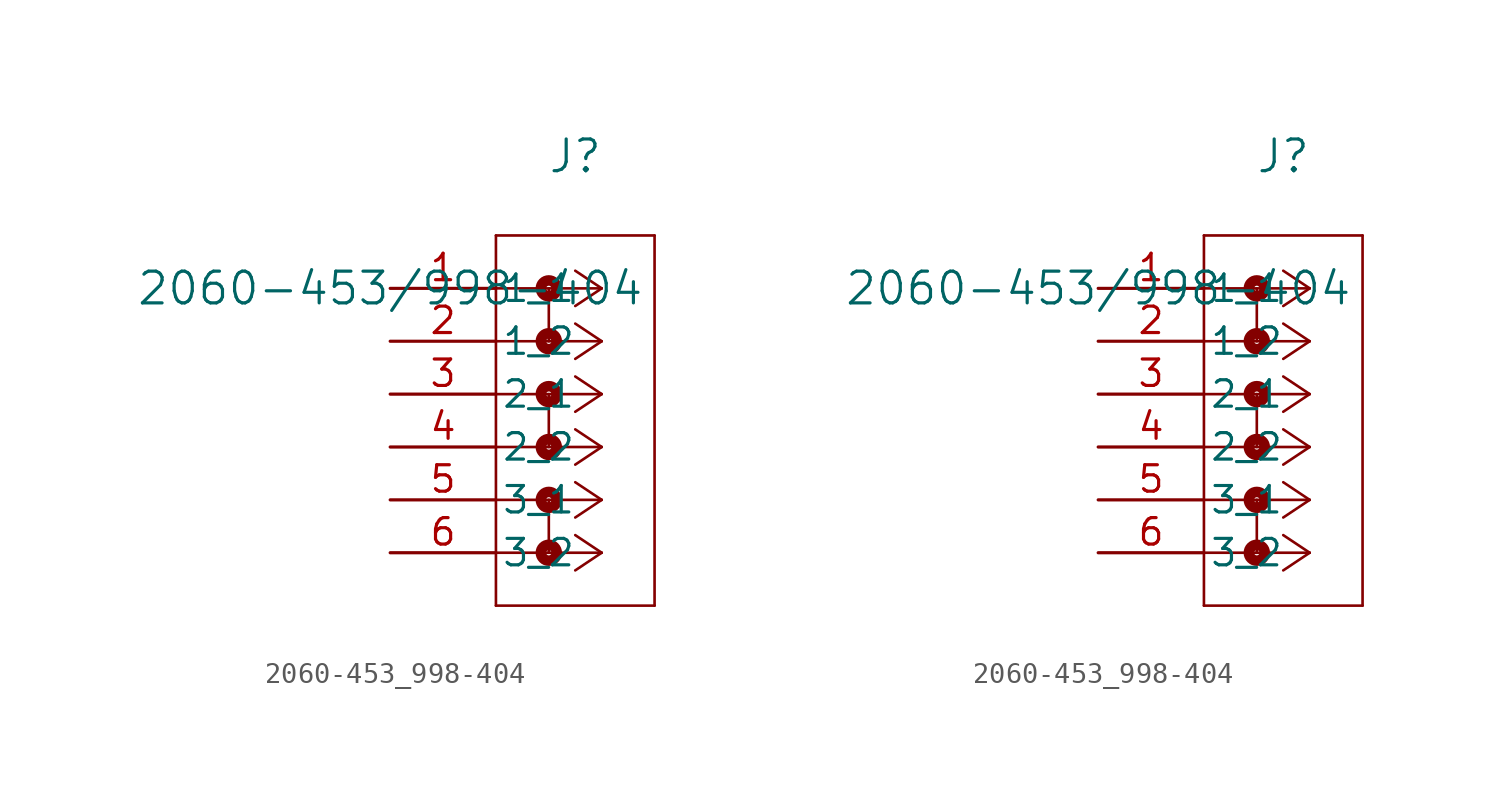
<source format=kicad_sym>
(kicad_symbol_lib
  (version 20211014)
  (generator kicad_symbol_editor)
  (symbol "2060-453_998-404"
    (pin_names
      (offset 0.254))
    (property "Reference" "J"
      (at 8.89 6.35 0)
      (effects (font (size 1.524 1.524))))
    (property "Value" "2060-453/998-404"
      (at 0 0 0)
      (effects (font (size 1.524 1.524))))
    (symbol "2060-453_998-404_1_1"
      (polyline (pts (xy 10.16 0) (xy 5.08 0)) (stroke (width 0.127) (type default) (color 0 0 0 0)) (fill (type none)))
      (polyline (pts (xy 10.16 -2.54) (xy 5.08 -2.54)) (stroke (width 0.127) (type default) (color 0 0 0 0)) (fill (type none)))
      (polyline (pts (xy 10.16 -5.08) (xy 5.08 -5.08)) (stroke (width 0.127) (type default) (color 0 0 0 0)) (fill (type none)))
      (polyline (pts (xy 10.16 -7.62) (xy 5.08 -7.62)) (stroke (width 0.127) (type default) (color 0 0 0 0)) (fill (type none)))
      (polyline (pts (xy 10.16 -10.16) (xy 5.08 -10.16)) (stroke (width 0.127) (type default) (color 0 0 0 0)) (fill (type none)))
      (polyline (pts (xy 10.16 -12.7) (xy 5.08 -12.7)) (stroke (width 0.127) (type default) (color 0 0 0 0)) (fill (type none)))
      (polyline (pts (xy 10.16 0) (xy 8.89 0.847)) (stroke (width 0.127) (type default) (color 0 0 0 0)) (fill (type none)))
      (polyline (pts (xy 10.16 -2.54) (xy 8.89 -1.693)) (stroke (width 0.127) (type default) (color 0 0 0 0)) (fill (type none)))
      (polyline (pts (xy 10.16 -5.08) (xy 8.89 -4.233)) (stroke (width 0.127) (type default) (color 0 0 0 0)) (fill (type none)))
      (polyline (pts (xy 10.16 -7.62) (xy 8.89 -6.773)) (stroke (width 0.127) (type default) (color 0 0 0 0)) (fill (type none)))
      (polyline (pts (xy 10.16 -10.16) (xy 8.89 -9.313)) (stroke (width 0.127) (type default) (color 0 0 0 0)) (fill (type none)))
      (polyline (pts (xy 10.16 -12.7) (xy 8.89 -11.853)) (stroke (width 0.127) (type default) (color 0 0 0 0)) (fill (type none)))
      (polyline (pts (xy 10.16 0) (xy 8.89 -0.847)) (stroke (width 0.127) (type default) (color 0 0 0 0)) (fill (type none)))
      (polyline (pts (xy 10.16 -2.54) (xy 8.89 -3.387)) (stroke (width 0.127) (type default) (color 0 0 0 0)) (fill (type none)))
      (polyline (pts (xy 10.16 -5.08) (xy 8.89 -5.927)) (stroke (width 0.127) (type default) (color 0 0 0 0)) (fill (type none)))
      (polyline (pts (xy 10.16 -7.62) (xy 8.89 -8.467)) (stroke (width 0.127) (type default) (color 0 0 0 0)) (fill (type none)))
      (polyline (pts (xy 10.16 -10.16) (xy 8.89 -11.007)) (stroke (width 0.127) (type default) (color 0 0 0 0)) (fill (type none)))
      (polyline (pts (xy 10.16 -12.7) (xy 8.89 -13.547)) (stroke (width 0.127) (type default) (color 0 0 0 0)) (fill (type none)))
      (polyline (pts (xy 5.08 2.54) (xy 5.08 -15.24)) (stroke (width 0.127) (type default) (color 0 0 0 0)) (fill (type none)))
      (polyline (pts (xy 5.08 -15.24) (xy 12.7 -15.24)) (stroke (width 0.127) (type default) (color 0 0 0 0)) (fill (type none)))
      (polyline (pts (xy 12.7 -15.24) (xy 12.7 2.54)) (stroke (width 0.127) (type default) (color 0 0 0 0)) (fill (type none)))
      (polyline (pts (xy 12.7 2.54) (xy 5.08 2.54)) (stroke (width 0.127) (type default) (color 0 0 0 0)) (fill (type none)))
      (circle (center 7.62 0) (radius 0.127) (stroke (width 0.508) (type default) (color 0 0 0 0)) (fill (type none)))
      (polyline (pts (xy 7.62 0) (xy 7.62 -2.54)) (stroke (width 0.127) (type default) (color 0 0 0 0)) (fill (type none)))
      (circle (center 7.62 -2.54) (radius 0.127) (stroke (width 0.508) (type default) (color 0 0 0 0)) (fill (type none)))
      (circle (center 7.62 -5.08) (radius 0.127) (stroke (width 0.508) (type default) (color 0 0 0 0)) (fill (type none)))
      (polyline (pts (xy 7.62 -5.08) (xy 7.62 -7.62)) (stroke (width 0.127) (type default) (color 0 0 0 0)) (fill (type none)))
      (circle (center 7.62 -7.62) (radius 0.127) (stroke (width 0.508) (type default) (color 0 0 0 0)) (fill (type none)))
      (circle (center 7.62 -10.16) (radius 0.127) (stroke (width 0.508) (type default) (color 0 0 0 0)) (fill (type none)))
      (polyline (pts (xy 7.62 -10.16) (xy 7.62 -12.7)) (stroke (width 0.127) (type default) (color 0 0 0 0)) (fill (type none)))
      (circle (center 7.62 -12.7) (radius 0.127) (stroke (width 0.508) (type default) (color 0 0 0 0)) (fill (type none)))
      (pin unspecified line (at 0 0 0) (length 5.08) (name "1_1" (effects (font (size 1.27 1.27)))) (number "1" (effects (font (size 1.27 1.27)))))
      (pin unspecified line (at 0 -2.54 0) (length 5.08) (name "1_2" (effects (font (size 1.27 1.27)))) (number "2" (effects (font (size 1.27 1.27)))))
      (pin unspecified line (at 0 -5.08 0) (length 5.08) (name "2_1" (effects (font (size 1.27 1.27)))) (number "3" (effects (font (size 1.27 1.27)))))
      (pin unspecified line (at 0 -7.62 0) (length 5.08) (name "2_2" (effects (font (size 1.27 1.27)))) (number "4" (effects (font (size 1.27 1.27)))))
      (pin unspecified line (at 0 -10.16 0) (length 5.08) (name "3_1" (effects (font (size 1.27 1.27)))) (number "5" (effects (font (size 1.27 1.27)))))
      (pin unspecified line (at 0 -12.7 0) (length 5.08) (name "3_2" (effects (font (size 1.27 1.27)))) (number "6" (effects (font (size 1.27 1.27))))))
    (symbol "2060-453_998-404_1_2"
      (polyline (pts (xy 10.16 0) (xy 5.08 0)) (stroke (width 0.127) (type default) (color 0 0 0 0)) (fill (type none)))
      (polyline (pts (xy 10.16 -2.54) (xy 5.08 -2.54)) (stroke (width 0.127) (type default) (color 0 0 0 0)) (fill (type none)))
      (polyline (pts (xy 10.16 -5.08) (xy 5.08 -5.08)) (stroke (width 0.127) (type default) (color 0 0 0 0)) (fill (type none)))
      (polyline (pts (xy 10.16 -7.62) (xy 5.08 -7.62)) (stroke (width 0.127) (type default) (color 0 0 0 0)) (fill (type none)))
      (polyline (pts (xy 10.16 -10.16) (xy 5.08 -10.16)) (stroke (width 0.127) (type default) (color 0 0 0 0)) (fill (type none)))
      (polyline (pts (xy 10.16 -12.7) (xy 5.08 -12.7)) (stroke (width 0.127) (type default) (color 0 0 0 0)) (fill (type none)))
      (polyline (pts (xy 10.16 0) (xy 8.89 0.847)) (stroke (width 0.127) (type default) (color 0 0 0 0)) (fill (type none)))
      (polyline (pts (xy 10.16 -2.54) (xy 8.89 -1.693)) (stroke (width 0.127) (type default) (color 0 0 0 0)) (fill (type none)))
      (polyline (pts (xy 10.16 -5.08) (xy 8.89 -4.233)) (stroke (width 0.127) (type default) (color 0 0 0 0)) (fill (type none)))
      (polyline (pts (xy 10.16 -7.62) (xy 8.89 -6.773)) (stroke (width 0.127) (type default) (color 0 0 0 0)) (fill (type none)))
      (polyline (pts (xy 10.16 -10.16) (xy 8.89 -9.313)) (stroke (width 0.127) (type default) (color 0 0 0 0)) (fill (type none)))
      (polyline (pts (xy 10.16 -12.7) (xy 8.89 -11.853)) (stroke (width 0.127) (type default) (color 0 0 0 0)) (fill (type none)))
      (polyline (pts (xy 10.16 0) (xy 8.89 -0.847)) (stroke (width 0.127) (type default) (color 0 0 0 0)) (fill (type none)))
      (polyline (pts (xy 10.16 -2.54) (xy 8.89 -3.387)) (stroke (width 0.127) (type default) (color 0 0 0 0)) (fill (type none)))
      (polyline (pts (xy 10.16 -5.08) (xy 8.89 -5.927)) (stroke (width 0.127) (type default) (color 0 0 0 0)) (fill (type none)))
      (polyline (pts (xy 10.16 -7.62) (xy 8.89 -8.467)) (stroke (width 0.127) (type default) (color 0 0 0 0)) (fill (type none)))
      (polyline (pts (xy 10.16 -10.16) (xy 8.89 -11.007)) (stroke (width 0.127) (type default) (color 0 0 0 0)) (fill (type none)))
      (polyline (pts (xy 10.16 -12.7) (xy 8.89 -13.547)) (stroke (width 0.127) (type default) (color 0 0 0 0)) (fill (type none)))
      (polyline (pts (xy 5.08 2.54) (xy 5.08 -15.24)) (stroke (width 0.127) (type default) (color 0 0 0 0)) (fill (type none)))
      (polyline (pts (xy 5.08 -15.24) (xy 12.7 -15.24)) (stroke (width 0.127) (type default) (color 0 0 0 0)) (fill (type none)))
      (polyline (pts (xy 12.7 -15.24) (xy 12.7 2.54)) (stroke (width 0.127) (type default) (color 0 0 0 0)) (fill (type none)))
      (polyline (pts (xy 12.7 2.54) (xy 5.08 2.54)) (stroke (width 0.127) (type default) (color 0 0 0 0)) (fill (type none)))
      (circle (center 7.62 0) (radius 0.127) (stroke (width 0.508) (type default) (color 0 0 0 0)) (fill (type none)))
      (polyline (pts (xy 7.62 0) (xy 7.62 -2.54)) (stroke (width 0.127) (type default) (color 0 0 0 0)) (fill (type none)))
      (circle (center 7.62 -2.54) (radius 0.127) (stroke (width 0.508) (type default) (color 0 0 0 0)) (fill (type none)))
      (circle (center 7.62 -5.08) (radius 0.127) (stroke (width 0.508) (type default) (color 0 0 0 0)) (fill (type none)))
      (polyline (pts (xy 7.62 -5.08) (xy 7.62 -7.62)) (stroke (width 0.127) (type default) (color 0 0 0 0)) (fill (type none)))
      (circle (center 7.62 -7.62) (radius 0.127) (stroke (width 0.508) (type default) (color 0 0 0 0)) (fill (type none)))
      (circle (center 7.62 -10.16) (radius 0.127) (stroke (width 0.508) (type default) (color 0 0 0 0)) (fill (type none)))
      (polyline (pts (xy 7.62 -10.16) (xy 7.62 -12.7)) (stroke (width 0.127) (type default) (color 0 0 0 0)) (fill (type none)))
      (circle (center 7.62 -12.7) (radius 0.127) (stroke (width 0.508) (type default) (color 0 0 0 0)) (fill (type none)))
      (pin unspecified line (at 0 0 0) (length 5.08) (name "1_1" (effects (font (size 1.27 1.27)))) (number "1" (effects (font (size 1.27 1.27)))))
      (pin unspecified line (at 0 -2.54 0) (length 5.08) (name "1_2" (effects (font (size 1.27 1.27)))) (number "2" (effects (font (size 1.27 1.27)))))
      (pin unspecified line (at 0 -5.08 0) (length 5.08) (name "2_1" (effects (font (size 1.27 1.27)))) (number "3" (effects (font (size 1.27 1.27)))))
      (pin unspecified line (at 0 -7.62 0) (length 5.08) (name "2_2" (effects (font (size 1.27 1.27)))) (number "4" (effects (font (size 1.27 1.27)))))
      (pin unspecified line (at 0 -10.16 0) (length 5.08) (name "3_1" (effects (font (size 1.27 1.27)))) (number "5" (effects (font (size 1.27 1.27)))))
      (pin unspecified line (at 0 -12.7 0) (length 5.08) (name "3_2" (effects (font (size 1.27 1.27)))) (number "6" (effects (font (size 1.27 1.27))))))))
</source>
